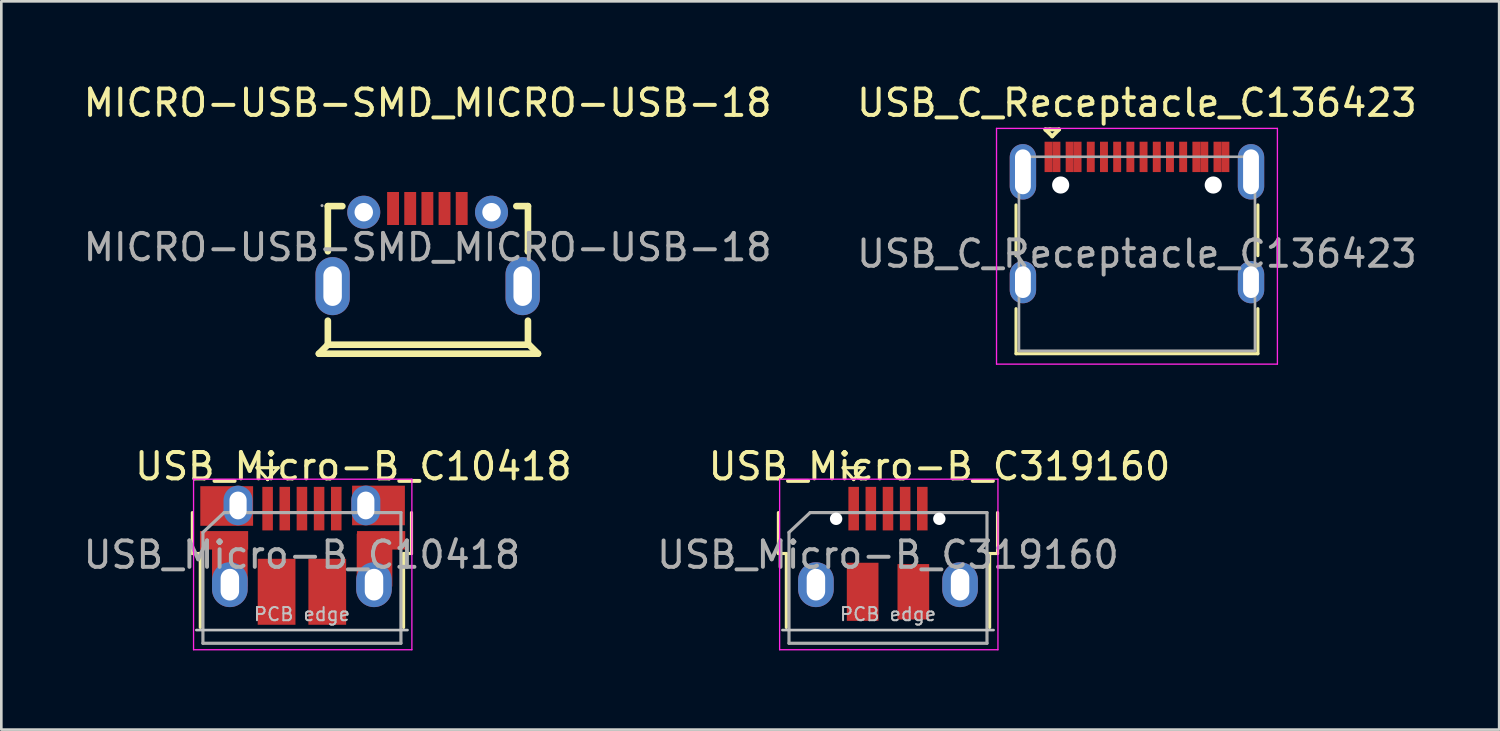
<source format=kicad_pcb>
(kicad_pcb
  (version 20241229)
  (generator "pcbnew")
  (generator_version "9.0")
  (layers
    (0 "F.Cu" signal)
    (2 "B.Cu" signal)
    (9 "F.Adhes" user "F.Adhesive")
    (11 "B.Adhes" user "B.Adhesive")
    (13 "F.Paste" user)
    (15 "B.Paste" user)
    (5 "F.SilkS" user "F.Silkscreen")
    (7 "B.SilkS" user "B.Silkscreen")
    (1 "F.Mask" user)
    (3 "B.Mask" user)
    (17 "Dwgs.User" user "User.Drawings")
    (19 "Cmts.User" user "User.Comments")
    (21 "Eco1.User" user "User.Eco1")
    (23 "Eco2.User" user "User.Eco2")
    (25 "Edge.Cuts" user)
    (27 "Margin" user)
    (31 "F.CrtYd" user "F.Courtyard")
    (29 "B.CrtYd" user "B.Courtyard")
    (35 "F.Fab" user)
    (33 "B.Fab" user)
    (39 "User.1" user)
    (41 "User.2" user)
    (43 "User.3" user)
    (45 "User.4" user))
  (footprint "USB_Micro-B_C10418"
    (layer "F.Cu")
    (at 8.412 17.982)
    (property "Reference" "USB_Micro-B_C10418" (at 1.925 -3.365 0) (layer "F.SilkS") (effects (font (size 1 1) (thickness 0.15))))
    (attr smd)
    (fp_line (start -4.175 -0.065) (end -4.175 -1.615) (stroke (width 0.12) (type solid)) (layer "F.SilkS"))
    (fp_line (start -4.175 -0.065) (end -3.875 -0.065) (stroke (width 0.12) (type solid)) (layer "F.SilkS"))
    (fp_line (start -3.875 2.735) (end -3.875 -0.065) (stroke (width 0.12) (type solid)) (layer "F.SilkS"))
    (fp_line (start -1.725 -3.315) (end -0.925 -3.315) (stroke (width 0.12) (type solid)) (layer "F.SilkS"))
    (fp_line (start -1.325 -2.865) (end -1.725 -3.315) (stroke (width 0.12) (type solid)) (layer "F.SilkS"))
    (fp_line (start -0.925 -3.315) (end -1.325 -2.865) (stroke (width 0.12) (type solid)) (layer "F.SilkS"))
    (fp_line (start 3.825 -0.065) (end 4.125 -0.065) (stroke (width 0.12) (type solid)) (layer "F.SilkS"))
    (fp_line (start 3.825 2.735) (end 3.825 -0.065) (stroke (width 0.12) (type solid)) (layer "F.SilkS"))
    (fp_line (start 4.125 -0.065) (end 4.125 -1.615) (stroke (width 0.12) (type solid)) (layer "F.SilkS"))
    (fp_line (start -4.025 2.835) (end 3.975 2.835) (stroke (width 0.1) (type solid)) (layer "Dwgs.User"))
    (fp_line (start -4.13 -2.88) (end -4.13 3.58) (stroke (width 0.05) (type solid)) (layer "F.CrtYd"))
    (fp_line (start -4.13 -2.88) (end 4.14 -2.88) (stroke (width 0.05) (type solid)) (layer "F.CrtYd"))
    (fp_line (start 4.14 3.58) (end -4.13 3.58) (stroke (width 0.05) (type solid)) (layer "F.CrtYd"))
    (fp_line (start 4.14 3.58) (end 4.14 -2.88) (stroke (width 0.05) (type solid)) (layer "F.CrtYd"))
    (fp_line (start -3.775 -0.865) (end -2.975 -1.615) (stroke (width 0.12) (type solid)) (layer "F.Fab"))
    (fp_line (start -3.775 3.335) (end -3.775 -0.865) (stroke (width 0.12) (type solid)) (layer "F.Fab"))
    (fp_line (start -2.975 -1.615) (end 3.725 -1.615) (stroke (width 0.12) (type solid)) (layer "F.Fab"))
    (fp_line (start 3.725 -1.615) (end 3.725 3.335) (stroke (width 0.12) (type solid)) (layer "F.Fab"))
    (fp_line (start 3.725 3.335) (end -3.775 3.335) (stroke (width 0.12) (type solid)) (layer "F.Fab"))
    (fp_text user "PCB edge" (at -0.025 2.235 0) (layer "Dwgs.User") (effects (font (size 0.5 0.5) (thickness 0.075))))
    (fp_text user "${REFERENCE}" (at -0.025 -0.015 0) (layer "F.Fab") (effects (font (size 1 1) (thickness 0.15))))
    (pad "1" smd rect (at -1.325 -1.765 90) (size 1.65 0.4) (layers "F.Cu" "F.Mask" "F.Paste"))
    (pad "2" smd rect (at -0.675 -1.765 90) (size 1.65 0.4) (layers "F.Cu" "F.Mask" "F.Paste"))
    (pad "3" smd rect (at -0.025 -1.765 90) (size 1.65 0.4) (layers "F.Cu" "F.Mask" "F.Paste"))
    (pad "4" smd rect (at 0.625 -1.765 90) (size 1.65 0.4) (layers "F.Cu" "F.Mask" "F.Paste"))
    (pad "5" smd rect (at 1.275 -1.765 90) (size 1.65 0.4) (layers "F.Cu" "F.Mask" "F.Paste"))
    (pad "6" smd rect (at -2.975 -0.565) (size 1.825 0.7) (layers "F.Cu" "F.Mask" "F.Paste"))
    (pad "6" smd rect (at -2.875 -1.865) (size 2 1.5) (layers "F.Cu" "F.Mask" "F.Paste"))
    (pad "6" smd rect (at -2.755 0.185) (size 1.35 2) (layers "F.Cu" "F.Mask" "F.Paste"))
    (pad "6" thru_hole oval (at -2.755 1.115 90) (size 1.7 1.35) (drill oval 1.2 0.7) (layers "*.Cu" "*.Mask"))
    (pad "6" thru_hole oval (at -2.445 -1.885 90) (size 1.5 1.1) (drill oval 1.05 0.65) (layers "*.Cu" "*.Mask"))
    (pad "6" smd rect (at -0.985 1.385 90) (size 2.5 1.43) (layers "F.Cu" "F.Mask" "F.Paste"))
    (pad "6" smd rect (at 0.935 1.385 90) (size 2.5 1.43) (layers "F.Cu" "F.Mask" "F.Paste"))
    (pad "6" thru_hole oval (at 2.395 -1.885 90) (size 1.5 1.1) (drill oval 1.05 0.65) (layers "*.Cu" "*.Mask"))
    (pad "6" thru_hole oval (at 2.705 1.115 90) (size 1.7 1.35) (drill oval 1.2 0.7) (layers "*.Cu" "*.Mask"))
    (pad "6" smd rect (at 2.725 0.185) (size 1.35 2) (layers "F.Cu" "F.Mask" "F.Paste"))
    (pad "6" smd rect (at 2.875 -1.885) (size 2 1.5) (layers "F.Cu" "F.Mask" "F.Paste"))
    (pad "6" smd rect (at 2.975 -0.565) (size 1.825 0.7) (layers "F.Cu" "F.Mask" "F.Paste")))
  (footprint "USB_Micro-B_C319160"
    (layer "F.Cu")
    (at 30.612 17.982)
    (property "Reference" "USB_Micro-B_C319160" (at 1.925 -3.365 0) (layer "F.SilkS") (effects (font (size 1 1) (thickness 0.15))))
    (attr smd)
    (fp_line (start -4.175 -0.065) (end -4.175 -1.615) (stroke (width 0.12) (type solid)) (layer "F.SilkS"))
    (fp_line (start -4.175 -0.065) (end -3.875 -0.065) (stroke (width 0.12) (type solid)) (layer "F.SilkS"))
    (fp_line (start -3.875 2.735) (end -3.875 -0.065) (stroke (width 0.12) (type solid)) (layer "F.SilkS"))
    (fp_line (start -1.725 -3.315) (end -0.925 -3.315) (stroke (width 0.12) (type solid)) (layer "F.SilkS"))
    (fp_line (start -1.325 -2.865) (end -1.725 -3.315) (stroke (width 0.12) (type solid)) (layer "F.SilkS"))
    (fp_line (start -0.925 -3.315) (end -1.325 -2.865) (stroke (width 0.12) (type solid)) (layer "F.SilkS"))
    (fp_line (start 3.825 -0.065) (end 4.125 -0.065) (stroke (width 0.12) (type solid)) (layer "F.SilkS"))
    (fp_line (start 3.825 2.735) (end 3.825 -0.065) (stroke (width 0.12) (type solid)) (layer "F.SilkS"))
    (fp_line (start 4.125 -0.065) (end 4.125 -1.615) (stroke (width 0.12) (type solid)) (layer "F.SilkS"))
    (fp_line (start -4.025 2.835) (end 3.975 2.835) (stroke (width 0.1) (type solid)) (layer "Dwgs.User"))
    (fp_line (start -4.13 -2.88) (end -4.13 3.58) (stroke (width 0.05) (type solid)) (layer "F.CrtYd"))
    (fp_line (start -4.13 -2.88) (end 4.14 -2.88) (stroke (width 0.05) (type solid)) (layer "F.CrtYd"))
    (fp_line (start 4.14 3.58) (end -4.13 3.58) (stroke (width 0.05) (type solid)) (layer "F.CrtYd"))
    (fp_line (start 4.14 3.58) (end 4.14 -2.88) (stroke (width 0.05) (type solid)) (layer "F.CrtYd"))
    (fp_line (start -3.775 -0.865) (end -2.975 -1.615) (stroke (width 0.12) (type solid)) (layer "F.Fab"))
    (fp_line (start -3.775 3.335) (end -3.775 -0.865) (stroke (width 0.12) (type solid)) (layer "F.Fab"))
    (fp_line (start -2.975 -1.615) (end 3.725 -1.615) (stroke (width 0.12) (type solid)) (layer "F.Fab"))
    (fp_line (start 3.725 -1.615) (end 3.725 3.335) (stroke (width 0.12) (type solid)) (layer "F.Fab"))
    (fp_line (start 3.725 3.335) (end -3.775 3.335) (stroke (width 0.12) (type solid)) (layer "F.Fab"))
    (fp_text user "PCB edge" (at -0.025 2.235 0) (layer "Dwgs.User") (effects (font (size 0.5 0.5) (thickness 0.075))))
    (fp_text user "${REFERENCE}" (at -0.025 -0.015 0) (layer "F.Fab") (effects (font (size 1 1) (thickness 0.15))))
    (pad "" np_thru_hole circle (at -1.99 -1.38 90) (size 0.47 0.47) (drill 0.47) (layers "*.Cu" "*.Mask"))
    (pad "" np_thru_hole circle (at 1.92 -1.38 90) (size 0.47 0.47) (drill 0.47) (layers "*.Cu" "*.Mask"))
    (pad "1" smd rect (at -1.325 -1.765 90) (size 1.65 0.4) (layers "F.Cu" "F.Mask" "F.Paste"))
    (pad "2" smd rect (at -0.675 -1.765 90) (size 1.65 0.4) (layers "F.Cu" "F.Mask" "F.Paste"))
    (pad "3" smd rect (at -0.025 -1.765 90) (size 1.65 0.4) (layers "F.Cu" "F.Mask" "F.Paste"))
    (pad "4" smd rect (at 0.625 -1.765 90) (size 1.65 0.4) (layers "F.Cu" "F.Mask" "F.Paste"))
    (pad "5" smd rect (at 1.275 -1.765 90) (size 1.65 0.4) (layers "F.Cu" "F.Mask" "F.Paste"))
    (pad "6" thru_hole oval (at -2.755 1.115 90) (size 1.7 1.35) (drill oval 1.2 0.7) (layers "*.Cu" "*.Mask"))
    (pad "6" smd rect (at -0.985 1.385 90) (size 2.2 1.2) (layers "F.Cu" "F.Mask" "F.Paste"))
    (pad "6" smd rect (at 0.935 1.385 90) (size 2.1 1.2) (layers "F.Cu" "F.Mask" "F.Paste"))
    (pad "6" thru_hole oval (at 2.705 1.115 90) (size 1.7 1.35) (drill oval 1.2 0.7) (layers "*.Cu" "*.Mask")))
  (footprint "MICRO-USB-SMD_MICRO-USB-18"
    (layer "F.Cu")
    (at 13.149 6.318)
    (property "Reference" "MICRO-USB-SMD_MICRO-USB-18" (at 0 -5.47 0) (layer "F.SilkS") (effects (font (size 1 1) (thickness 0.15))))
    (attr through_hole)
    (fp_line (start -4.12 4.03) (end 4.01 4.03) (stroke (width 0.25) (type solid)) (layer "F.SilkS"))
    (fp_line (start -3.78 -1.56) (end -3.78 0.15) (stroke (width 0.25) (type solid)) (layer "F.SilkS"))
    (fp_line (start -3.78 -1.56) (end -3.23 -1.56) (stroke (width 0.25) (type solid)) (layer "F.SilkS"))
    (fp_line (start -3.78 2.78) (end -3.78 3.69) (stroke (width 0.25) (type solid)) (layer "F.SilkS"))
    (fp_line (start -3.78 3.69) (end -4.12 4.03) (stroke (width 0.25) (type solid)) (layer "F.SilkS"))
    (fp_line (start -3.78 3.69) (end 3.8 3.69) (stroke (width 0.25) (type solid)) (layer "F.SilkS"))
    (fp_line (start 3.36 -1.56) (end 3.8 -1.56) (stroke (width 0.25) (type solid)) (layer "F.SilkS"))
    (fp_line (start 3.8 -1.56) (end 3.8 0.14) (stroke (width 0.25) (type solid)) (layer "F.SilkS"))
    (fp_line (start 3.8 0.16) (end 3.8 0.14) (stroke (width 0.25) (type solid)) (layer "F.SilkS"))
    (fp_line (start 3.8 3.65) (end 3.8 2.78) (stroke (width 0.25) (type solid)) (layer "F.SilkS"))
    (fp_line (start 4.01 4.03) (end 4.18 4.03) (stroke (width 0.25) (type solid)) (layer "F.SilkS"))
    (fp_line (start 4.18 4.03) (end 3.8 3.65) (stroke (width 0.25) (type solid)) (layer "F.SilkS"))
    (fp_circle (center -2.42 -1.33) (end -2.11 -1.33) (stroke (width 0.63) (type solid)) (fill no) (layer "F.Paste"))
    (fp_circle (center 2.42 -1.33) (end 2.73 -1.33) (stroke (width 0.63) (type solid)) (fill no) (layer "F.Paste"))
    (fp_circle (center -4 -1.58) (end -3.97 -1.58) (stroke (width 0.06) (type solid)) (fill no) (layer "F.Fab"))
    (fp_text user "${REFERENCE}" (at 0 0 0) (layer "F.Fab") (effects (font (size 1 1) (thickness 0.15))))
    (pad "0" thru_hole oval (at -3.6 1.47) (size 1.3 2.2) (drill oval 0.7 1.5) (layers "*.Cu" "*.Paste" "*.Mask"))
    (pad "0" thru_hole circle (at -2.42 -1.33) (size 1.25 1.25) (drill 0.7) (layers "*.Cu" "*.Paste" "*.Mask"))
    (pad "0" thru_hole circle (at 2.42 -1.33) (size 1.25 1.25) (drill 0.7) (layers "*.Cu" "*.Paste" "*.Mask"))
    (pad "0" thru_hole oval (at 3.6 1.47) (size 1.3 2.2) (drill oval 0.7 1.5) (layers "*.Cu" "*.Paste" "*.Mask"))
    (pad "1" smd rect (at -1.31 -1.47) (size 0.45 1.25) (layers "F.Cu" "F.Mask" "F.Paste"))
    (pad "2" smd rect (at -0.66 -1.47) (size 0.45 1.25) (layers "F.Cu" "F.Mask" "F.Paste"))
    (pad "3" smd rect (at -0.01 -1.47) (size 0.45 1.25) (layers "F.Cu" "F.Mask" "F.Paste"))
    (pad "4" smd rect (at 0.64 -1.47) (size 0.45 1.25) (layers "F.Cu" "F.Mask" "F.Paste"))
    (pad "5" smd rect (at 1.29 -1.47) (size 0.45 1.25) (layers "F.Cu" "F.Mask" "F.Paste")))
  (footprint "USB_C_Receptacle_C136423"
    (layer "F.Cu")
    (at 40.018 6.563)
    (property "Reference" "USB_C_Receptacle_C136423" (at 0 -5.715 0) (layer "F.SilkS") (effects (font (size 1 1) (thickness 0.15))))
    (attr smd)
    (fp_line (start -4.58 -1.85) (end -4.58 0.07) (stroke (width 0.12) (type solid)) (layer "F.SilkS"))
    (fp_line (start -4.58 3.785) (end -4.58 2.08) (stroke (width 0.12) (type solid)) (layer "F.SilkS"))
    (fp_line (start -3.47 -4.71) (end -3.29 -4.71) (stroke (width 0.15) (type solid)) (layer "F.SilkS"))
    (fp_line (start -3.44 -4.68) (end -3.47 -4.71) (stroke (width 0.15) (type solid)) (layer "F.SilkS"))
    (fp_line (start -3.3 -4.71) (end -2.95 -4.71) (stroke (width 0.15) (type solid)) (layer "F.SilkS"))
    (fp_line (start -3.21 -4.45) (end -3.44 -4.68) (stroke (width 0.15) (type solid)) (layer "F.SilkS"))
    (fp_line (start -2.95 -4.71) (end -3.21 -4.45) (stroke (width 0.15) (type solid)) (layer "F.SilkS"))
    (fp_line (start 4.58 0.07) (end 4.58 -1.85) (stroke (width 0.12) (type solid)) (layer "F.SilkS"))
    (fp_line (start 4.58 2.08) (end 4.58 3.785) (stroke (width 0.12) (type solid)) (layer "F.SilkS"))
    (fp_line (start 4.58 3.785) (end -4.58 3.785) (stroke (width 0.12) (type solid)) (layer "F.SilkS"))
    (fp_line (start -5.32 -4.75) (end 5.32 -4.75) (stroke (width 0.05) (type solid)) (layer "F.CrtYd"))
    (fp_line (start -5.32 4.18) (end -5.32 -4.75) (stroke (width 0.05) (type solid)) (layer "F.CrtYd"))
    (fp_line (start 5.32 -4.75) (end 5.32 4.18) (stroke (width 0.05) (type solid)) (layer "F.CrtYd"))
    (fp_line (start 5.32 4.18) (end -5.32 4.18) (stroke (width 0.05) (type solid)) (layer "F.CrtYd"))
    (fp_line (start -4.47 -3.675) (end -4.47 3.675) (stroke (width 0.1) (type solid)) (layer "F.Fab"))
    (fp_line (start -4.47 -3.675) (end 4.47 -3.675) (stroke (width 0.1) (type solid)) (layer "F.Fab"))
    (fp_line (start -4.47 3.675) (end 4.47 3.675) (stroke (width 0.1) (type solid)) (layer "F.Fab"))
    (fp_line (start 4.47 3.675) (end 4.47 -3.675) (stroke (width 0.1) (type solid)) (layer "F.Fab"))
    (fp_text user "${REFERENCE}" (at 0 0 0) (layer "F.Fab") (effects (font (size 1 1) (thickness 0.15))))
    (pad "" np_thru_hole circle (at -2.89 -2.605) (size 0.65 0.65) (drill 0.65) (layers "*.Cu" "*.Mask"))
    (pad "" np_thru_hole circle (at 2.89 -2.605) (size 0.65 0.65) (drill 0.65) (layers "*.Cu" "*.Mask"))
    (pad "A1" smd rect (at -3.35 -3.67) (size 0.3 1.15) (layers "F.Cu" "F.Mask" "F.Paste"))
    (pad "A4" smd rect (at -2.55 -3.67) (size 0.3 1.15) (layers "F.Cu" "F.Mask" "F.Paste"))
    (pad "A5" smd rect (at -1.25 -3.67) (size 0.3 1.15) (layers "F.Cu" "F.Mask" "F.Paste"))
    (pad "A6" smd rect (at -0.25 -3.67) (size 0.3 1.15) (layers "F.Cu" "F.Mask" "F.Paste"))
    (pad "A7" smd rect (at 0.25 -3.67) (size 0.3 1.15) (layers "F.Cu" "F.Mask" "F.Paste"))
    (pad "A8" smd rect (at 1.25 -3.67) (size 0.3 1.15) (layers "F.Cu" "F.Mask" "F.Paste"))
    (pad "A9" smd rect (at 2.55 -3.67) (size 0.3 1.15) (layers "F.Cu" "F.Mask" "F.Paste"))
    (pad "A12" smd rect (at 3.35 -3.67) (size 0.3 1.15) (layers "F.Cu" "F.Mask" "F.Paste"))
    (pad "B1" smd rect (at 3.05 -3.67) (size 0.3 1.15) (layers "F.Cu" "F.Mask" "F.Paste"))
    (pad "B4" smd rect (at 2.25 -3.67) (size 0.3 1.15) (layers "F.Cu" "F.Mask" "F.Paste"))
    (pad "B5" smd rect (at 1.75 -3.67) (size 0.3 1.15) (layers "F.Cu" "F.Mask" "F.Paste"))
    (pad "B6" smd rect (at 0.75 -3.67) (size 0.3 1.15) (layers "F.Cu" "F.Mask" "F.Paste"))
    (pad "B7" smd rect (at -0.75 -3.67) (size 0.3 1.15) (layers "F.Cu" "F.Mask" "F.Paste"))
    (pad "B8" smd rect (at -1.75 -3.67) (size 0.3 1.15) (layers "F.Cu" "F.Mask" "F.Paste"))
    (pad "B9" smd rect (at -2.25 -3.67) (size 0.3 1.15) (layers "F.Cu" "F.Mask" "F.Paste"))
    (pad "B12" smd rect (at -3.05 -3.67) (size 0.3 1.15) (layers "F.Cu" "F.Mask" "F.Paste"))
    (pad "S1" thru_hole oval (at -4.32 -3.105) (size 1 2.1) (drill oval 0.6 1.7) (layers "*.Cu" "*.Mask"))
    (pad "S1" thru_hole oval (at -4.32 1.075) (size 1 1.6) (drill oval 0.6 1.2) (layers "*.Cu" "*.Mask"))
    (pad "S1" thru_hole oval (at 4.32 -3.105) (size 1 2.1) (drill oval 0.6 1.7) (layers "*.Cu" "*.Mask"))
    (pad "S1" thru_hole oval (at 4.32 1.075) (size 1 1.6) (drill oval 0.6 1.2) (layers "*.Cu" "*.Mask")))
  (gr_rect
    (start -3 -3)
    (end 53.738 24.587)
    (stroke (width 0.1) (type default))
    (fill no)
    (layer "Edge.Cuts")))
</source>
